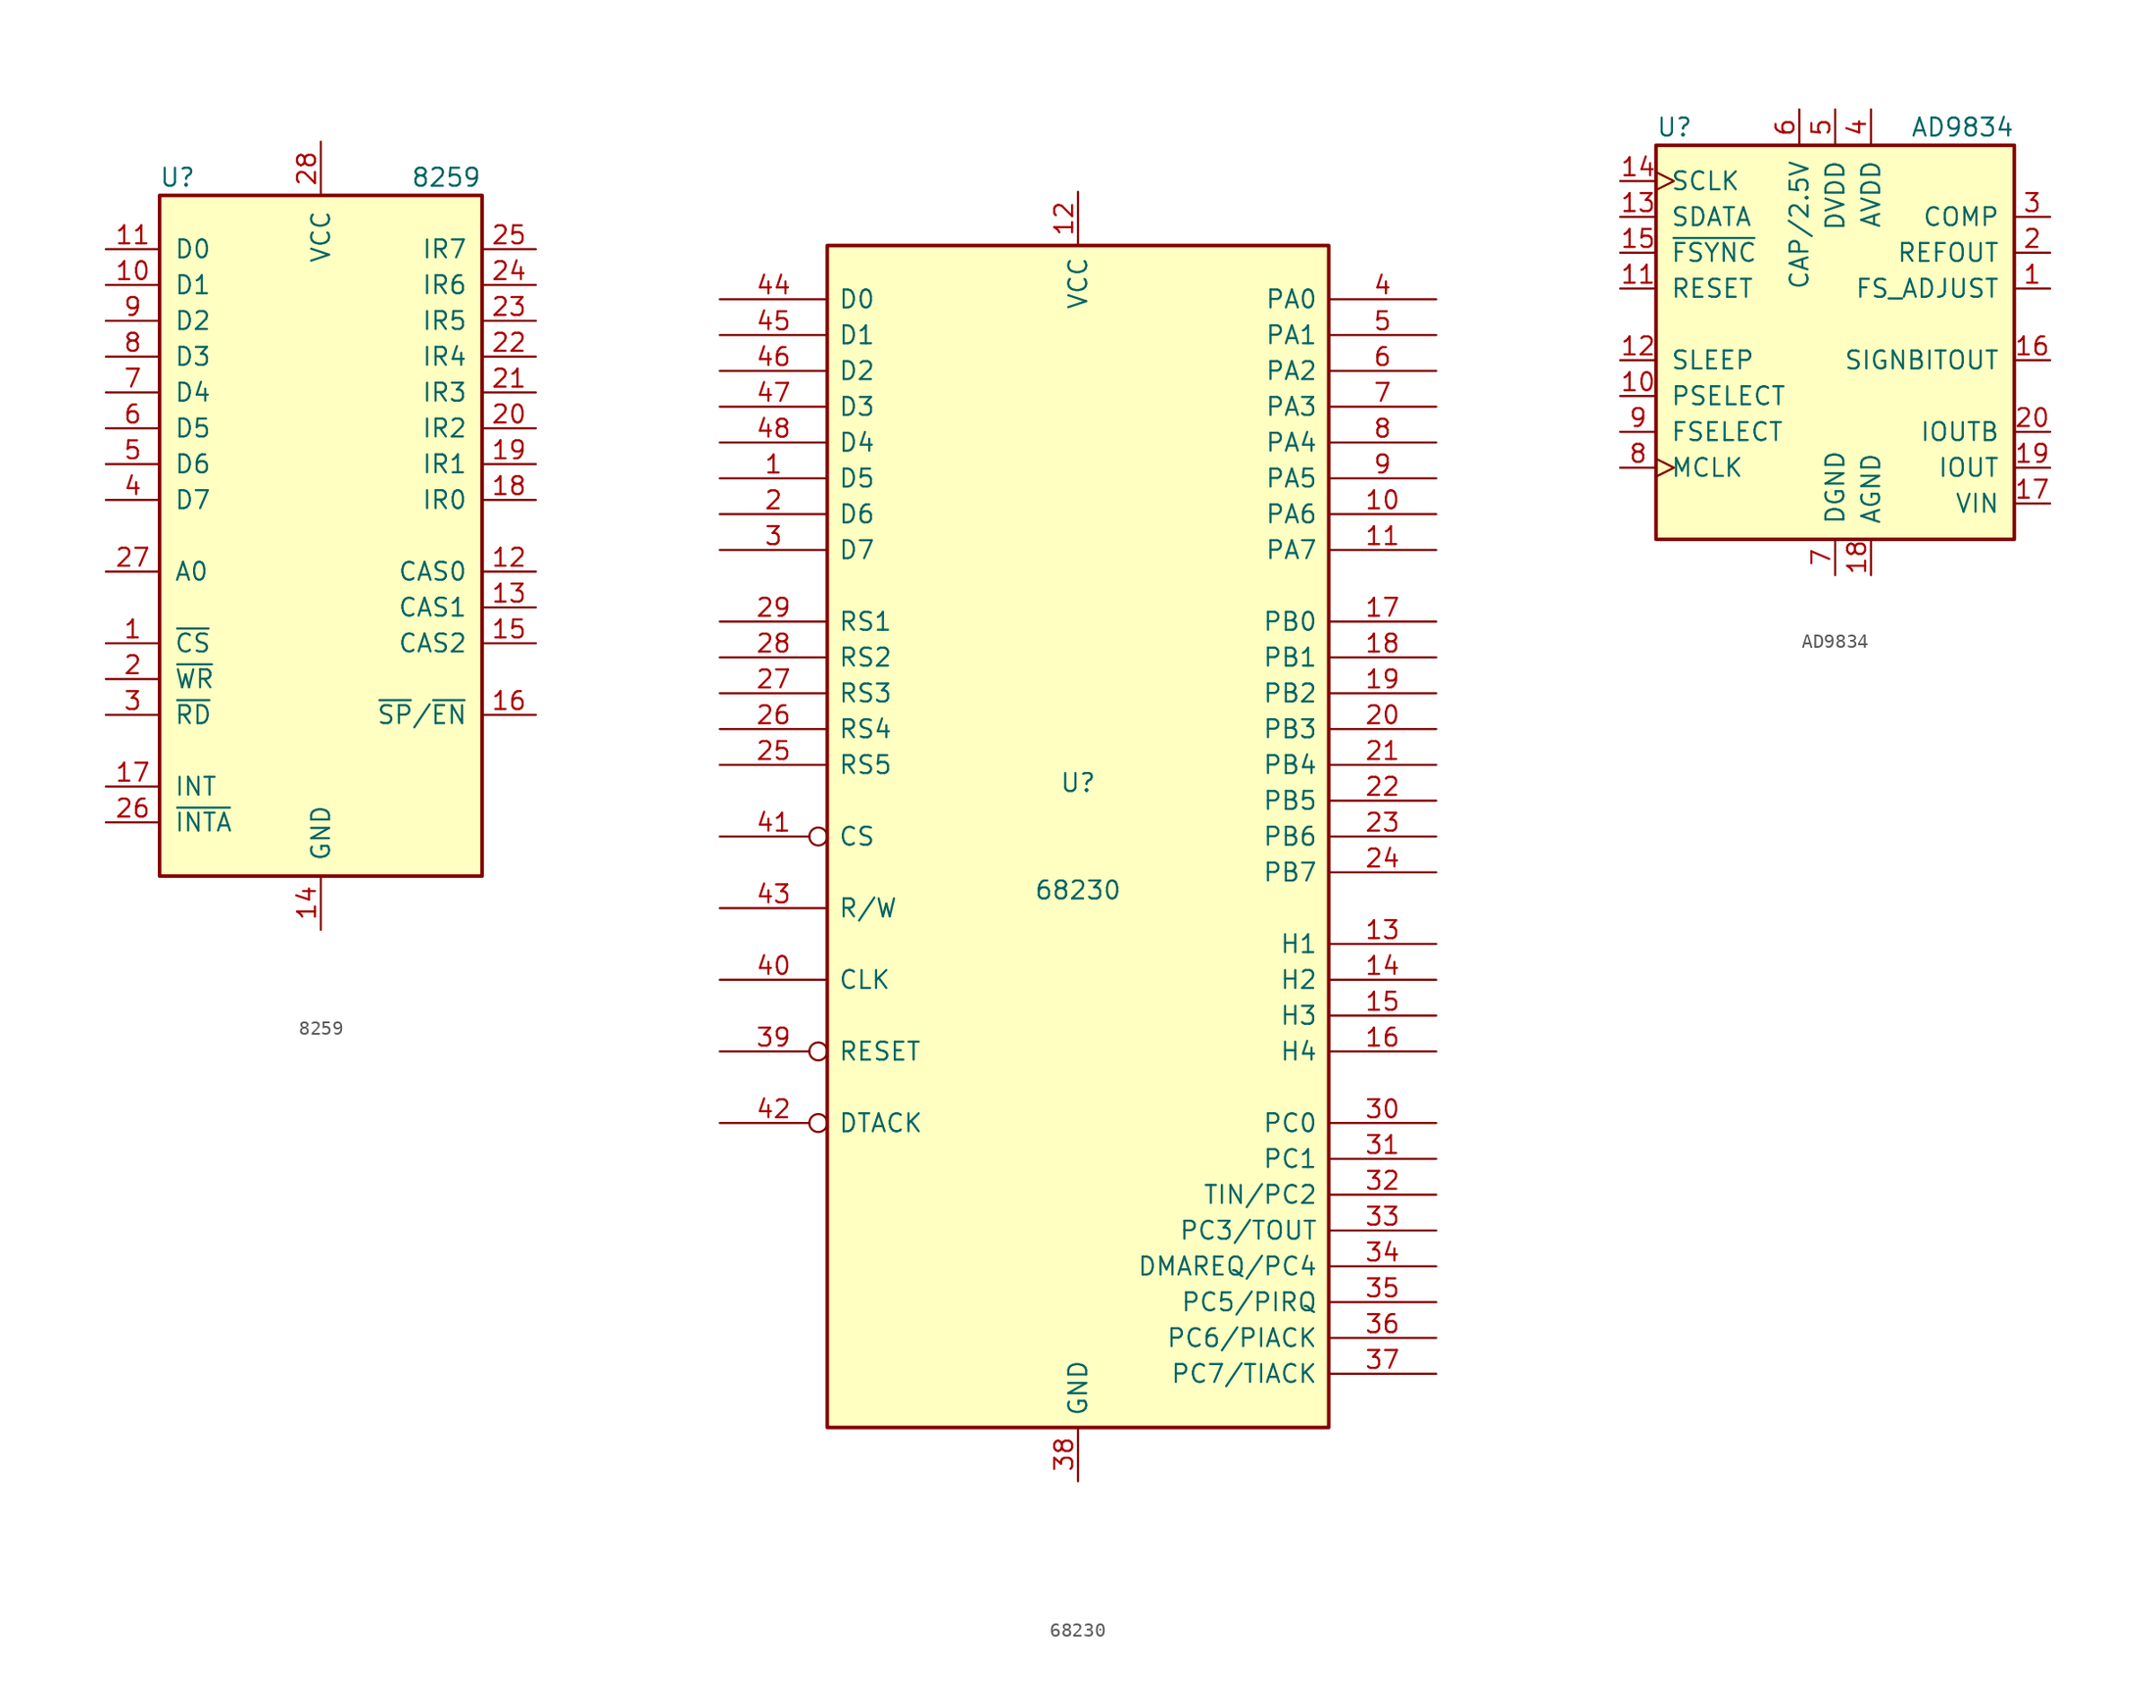
<source format=kicad_sym>
(kicad_symbol_lib
  (version 20241209)
  (generator "kicad_symbol_editor")
  (generator_version "9.0")
  (symbol "8259"
    (pin_names
      (offset 1.016))
    (property "Reference" "U"
      (at -10.16 25.4 0)
      (effects (font (size 1.27 1.27))))
    (property "Value" "8259"
      (at 8.89 25.4 0)
      (effects (font (size 1.27 1.27))))
    (symbol "8259_0_1"
      (rectangle (start -11.43 24.13) (end 11.43 -24.13) (stroke (width 0.254) (type default)) (fill (type background))))
    (symbol "8259_1_1"
      (pin bidirectional line (at -15.24 20.32 0) (length 3.81) (name "D0" (effects (font (size 1.27 1.27)))) (number "11" (effects (font (size 1.27 1.27)))))
      (pin bidirectional line (at -15.24 17.78 0) (length 3.81) (name "D1" (effects (font (size 1.27 1.27)))) (number "10" (effects (font (size 1.27 1.27)))))
      (pin bidirectional line (at -15.24 15.24 0) (length 3.81) (name "D2" (effects (font (size 1.27 1.27)))) (number "9" (effects (font (size 1.27 1.27)))))
      (pin bidirectional line (at -15.24 12.7 0) (length 3.81) (name "D3" (effects (font (size 1.27 1.27)))) (number "8" (effects (font (size 1.27 1.27)))))
      (pin bidirectional line (at -15.24 10.16 0) (length 3.81) (name "D4" (effects (font (size 1.27 1.27)))) (number "7" (effects (font (size 1.27 1.27)))))
      (pin bidirectional line (at -15.24 7.62 0) (length 3.81) (name "D5" (effects (font (size 1.27 1.27)))) (number "6" (effects (font (size 1.27 1.27)))))
      (pin bidirectional line (at -15.24 5.08 0) (length 3.81) (name "D6" (effects (font (size 1.27 1.27)))) (number "5" (effects (font (size 1.27 1.27)))))
      (pin bidirectional line (at -15.24 2.54 0) (length 3.81) (name "D7" (effects (font (size 1.27 1.27)))) (number "4" (effects (font (size 1.27 1.27)))))
      (pin input line (at -15.24 -2.54 0) (length 3.81) (name "A0" (effects (font (size 1.27 1.27)))) (number "27" (effects (font (size 1.27 1.27)))))
      (pin input line (at -15.24 -7.62 0) (length 3.81) (name "~{CS}" (effects (font (size 1.27 1.27)))) (number "1" (effects (font (size 1.27 1.27)))))
      (pin input line (at -15.24 -10.16 0) (length 3.81) (name "~{WR}" (effects (font (size 1.27 1.27)))) (number "2" (effects (font (size 1.27 1.27)))))
      (pin input line (at -15.24 -12.7 0) (length 3.81) (name "~{RD}" (effects (font (size 1.27 1.27)))) (number "3" (effects (font (size 1.27 1.27)))))
      (pin output line (at -15.24 -17.78 0) (length 3.81) (name "INT" (effects (font (size 1.27 1.27)))) (number "17" (effects (font (size 1.27 1.27)))))
      (pin input line (at -15.24 -20.32 0) (length 3.81) (name "~{INTA}" (effects (font (size 1.27 1.27)))) (number "26" (effects (font (size 1.27 1.27)))))
      (pin power_in line (at 0 27.94 270) (length 3.81) (name "VCC" (effects (font (size 1.27 1.27)))) (number "28" (effects (font (size 1.27 1.27)))))
      (pin power_in line (at 0 -27.94 90) (length 3.81) (name "GND" (effects (font (size 1.27 1.27)))) (number "14" (effects (font (size 1.27 1.27)))))
      (pin input line (at 15.24 20.32 180) (length 3.81) (name "IR7" (effects (font (size 1.27 1.27)))) (number "25" (effects (font (size 1.27 1.27)))))
      (pin input line (at 15.24 17.78 180) (length 3.81) (name "IR6" (effects (font (size 1.27 1.27)))) (number "24" (effects (font (size 1.27 1.27)))))
      (pin input line (at 15.24 15.24 180) (length 3.81) (name "IR5" (effects (font (size 1.27 1.27)))) (number "23" (effects (font (size 1.27 1.27)))))
      (pin input line (at 15.24 12.7 180) (length 3.81) (name "IR4" (effects (font (size 1.27 1.27)))) (number "22" (effects (font (size 1.27 1.27)))))
      (pin input line (at 15.24 10.16 180) (length 3.81) (name "IR3" (effects (font (size 1.27 1.27)))) (number "21" (effects (font (size 1.27 1.27)))))
      (pin input line (at 15.24 7.62 180) (length 3.81) (name "IR2" (effects (font (size 1.27 1.27)))) (number "20" (effects (font (size 1.27 1.27)))))
      (pin input line (at 15.24 5.08 180) (length 3.81) (name "IR1" (effects (font (size 1.27 1.27)))) (number "19" (effects (font (size 1.27 1.27)))))
      (pin input line (at 15.24 2.54 180) (length 3.81) (name "IR0" (effects (font (size 1.27 1.27)))) (number "18" (effects (font (size 1.27 1.27)))))
      (pin input line (at 15.24 -2.54 180) (length 3.81) (name "CAS0" (effects (font (size 1.27 1.27)))) (number "12" (effects (font (size 1.27 1.27)))))
      (pin output line (at 15.24 -5.08 180) (length 3.81) (name "CAS1" (effects (font (size 1.27 1.27)))) (number "13" (effects (font (size 1.27 1.27)))))
      (pin output line (at 15.24 -7.62 180) (length 3.81) (name "CAS2" (effects (font (size 1.27 1.27)))) (number "15" (effects (font (size 1.27 1.27)))))
      (pin bidirectional line (at 15.24 -12.7 180) (length 3.81) (name "~{SP}/~{EN}" (effects (font (size 1.27 1.27)))) (number "16" (effects (font (size 1.27 1.27)))))))
  (symbol "68230"
    (pin_names
      (offset 0.762))
    (property "Reference" "U"
      (at 0 3.81 0)
      (effects (font (size 1.27 1.27))))
    (property "Value" "68230"
      (at 0 -3.81 0)
      (effects (font (size 1.27 1.27))))
    (symbol "68230_0_1"
      (rectangle (start -17.78 41.91) (end 17.78 -41.91) (stroke (width 0.254) (type default)) (fill (type background))))
    (symbol "68230_1_1"
      (pin tri_state line (at -25.4 38.1 0) (length 7.62) (name "D0" (effects (font (size 1.27 1.27)))) (number "44" (effects (font (size 1.27 1.27)))))
      (pin tri_state line (at -25.4 35.56 0) (length 7.62) (name "D1" (effects (font (size 1.27 1.27)))) (number "45" (effects (font (size 1.27 1.27)))))
      (pin tri_state line (at -25.4 33.02 0) (length 7.62) (name "D2" (effects (font (size 1.27 1.27)))) (number "46" (effects (font (size 1.27 1.27)))))
      (pin tri_state line (at -25.4 30.48 0) (length 7.62) (name "D3" (effects (font (size 1.27 1.27)))) (number "47" (effects (font (size 1.27 1.27)))))
      (pin tri_state line (at -25.4 27.94 0) (length 7.62) (name "D4" (effects (font (size 1.27 1.27)))) (number "48" (effects (font (size 1.27 1.27)))))
      (pin tri_state line (at -25.4 25.4 0) (length 7.62) (name "D5" (effects (font (size 1.27 1.27)))) (number "1" (effects (font (size 1.27 1.27)))))
      (pin tri_state line (at -25.4 22.86 0) (length 7.62) (name "D6" (effects (font (size 1.27 1.27)))) (number "2" (effects (font (size 1.27 1.27)))))
      (pin tri_state line (at -25.4 20.32 0) (length 7.62) (name "D7" (effects (font (size 1.27 1.27)))) (number "3" (effects (font (size 1.27 1.27)))))
      (pin input line (at -25.4 15.24 0) (length 7.62) (name "RS1" (effects (font (size 1.27 1.27)))) (number "29" (effects (font (size 1.27 1.27)))))
      (pin input line (at -25.4 12.7 0) (length 7.62) (name "RS2" (effects (font (size 1.27 1.27)))) (number "28" (effects (font (size 1.27 1.27)))))
      (pin input line (at -25.4 10.16 0) (length 7.62) (name "RS3" (effects (font (size 1.27 1.27)))) (number "27" (effects (font (size 1.27 1.27)))))
      (pin input line (at -25.4 7.62 0) (length 7.62) (name "RS4" (effects (font (size 1.27 1.27)))) (number "26" (effects (font (size 1.27 1.27)))))
      (pin input line (at -25.4 5.08 0) (length 7.62) (name "RS5" (effects (font (size 1.27 1.27)))) (number "25" (effects (font (size 1.27 1.27)))))
      (pin input inverted (at -25.4 0 0) (length 7.62) (name "CS" (effects (font (size 1.27 1.27)))) (number "41" (effects (font (size 1.27 1.27)))))
      (pin input line (at -25.4 -5.08 0) (length 7.62) (name "R/W" (effects (font (size 1.27 1.27)))) (number "43" (effects (font (size 1.27 1.27)))))
      (pin input line (at -25.4 -10.16 0) (length 7.62) (name "CLK" (effects (font (size 1.27 1.27)))) (number "40" (effects (font (size 1.27 1.27)))))
      (pin input inverted (at -25.4 -15.24 0) (length 7.62) (name "RESET" (effects (font (size 1.27 1.27)))) (number "39" (effects (font (size 1.27 1.27)))))
      (pin open_collector inverted (at -25.4 -20.32 0) (length 7.62) (name "DTACK" (effects (font (size 1.27 1.27)))) (number "42" (effects (font (size 1.27 1.27)))))
      (pin power_in line (at 0 45.72 270) (length 3.81) (name "VCC" (effects (font (size 1.27 1.27)))) (number "12" (effects (font (size 1.27 1.27)))))
      (pin power_in line (at 0 -45.72 90) (length 3.81) (name "GND" (effects (font (size 1.27 1.27)))) (number "38" (effects (font (size 1.27 1.27)))))
      (pin bidirectional line (at 25.4 38.1 180) (length 7.62) (name "PA0" (effects (font (size 1.27 1.27)))) (number "4" (effects (font (size 1.27 1.27)))))
      (pin bidirectional line (at 25.4 35.56 180) (length 7.62) (name "PA1" (effects (font (size 1.27 1.27)))) (number "5" (effects (font (size 1.27 1.27)))))
      (pin bidirectional line (at 25.4 33.02 180) (length 7.62) (name "PA2" (effects (font (size 1.27 1.27)))) (number "6" (effects (font (size 1.27 1.27)))))
      (pin bidirectional line (at 25.4 30.48 180) (length 7.62) (name "PA3" (effects (font (size 1.27 1.27)))) (number "7" (effects (font (size 1.27 1.27)))))
      (pin bidirectional line (at 25.4 27.94 180) (length 7.62) (name "PA4" (effects (font (size 1.27 1.27)))) (number "8" (effects (font (size 1.27 1.27)))))
      (pin bidirectional line (at 25.4 25.4 180) (length 7.62) (name "PA5" (effects (font (size 1.27 1.27)))) (number "9" (effects (font (size 1.27 1.27)))))
      (pin bidirectional line (at 25.4 22.86 180) (length 7.62) (name "PA6" (effects (font (size 1.27 1.27)))) (number "10" (effects (font (size 1.27 1.27)))))
      (pin bidirectional line (at 25.4 20.32 180) (length 7.62) (name "PA7" (effects (font (size 1.27 1.27)))) (number "11" (effects (font (size 1.27 1.27)))))
      (pin bidirectional line (at 25.4 15.24 180) (length 7.62) (name "PB0" (effects (font (size 1.27 1.27)))) (number "17" (effects (font (size 1.27 1.27)))))
      (pin bidirectional line (at 25.4 12.7 180) (length 7.62) (name "PB1" (effects (font (size 1.27 1.27)))) (number "18" (effects (font (size 1.27 1.27)))))
      (pin bidirectional line (at 25.4 10.16 180) (length 7.62) (name "PB2" (effects (font (size 1.27 1.27)))) (number "19" (effects (font (size 1.27 1.27)))))
      (pin bidirectional line (at 25.4 7.62 180) (length 7.62) (name "PB3" (effects (font (size 1.27 1.27)))) (number "20" (effects (font (size 1.27 1.27)))))
      (pin bidirectional line (at 25.4 5.08 180) (length 7.62) (name "PB4" (effects (font (size 1.27 1.27)))) (number "21" (effects (font (size 1.27 1.27)))))
      (pin bidirectional line (at 25.4 2.54 180) (length 7.62) (name "PB5" (effects (font (size 1.27 1.27)))) (number "22" (effects (font (size 1.27 1.27)))))
      (pin bidirectional line (at 25.4 0 180) (length 7.62) (name "PB6" (effects (font (size 1.27 1.27)))) (number "23" (effects (font (size 1.27 1.27)))))
      (pin bidirectional line (at 25.4 -2.54 180) (length 7.62) (name "PB7" (effects (font (size 1.27 1.27)))) (number "24" (effects (font (size 1.27 1.27)))))
      (pin input line (at 25.4 -7.62 180) (length 7.62) (name "H1" (effects (font (size 1.27 1.27)))) (number "13" (effects (font (size 1.27 1.27)))))
      (pin bidirectional line (at 25.4 -10.16 180) (length 7.62) (name "H2" (effects (font (size 1.27 1.27)))) (number "14" (effects (font (size 1.27 1.27)))))
      (pin input line (at 25.4 -12.7 180) (length 7.62) (name "H3" (effects (font (size 1.27 1.27)))) (number "15" (effects (font (size 1.27 1.27)))))
      (pin bidirectional line (at 25.4 -15.24 180) (length 7.62) (name "H4" (effects (font (size 1.27 1.27)))) (number "16" (effects (font (size 1.27 1.27)))))
      (pin bidirectional line (at 25.4 -20.32 180) (length 7.62) (name "PC0" (effects (font (size 1.27 1.27)))) (number "30" (effects (font (size 1.27 1.27)))))
      (pin bidirectional line (at 25.4 -22.86 180) (length 7.62) (name "PC1" (effects (font (size 1.27 1.27)))) (number "31" (effects (font (size 1.27 1.27)))))
      (pin bidirectional line (at 25.4 -25.4 180) (length 7.62) (name "TIN/PC2" (effects (font (size 1.27 1.27)))) (number "32" (effects (font (size 1.27 1.27)))))
      (pin bidirectional line (at 25.4 -27.94 180) (length 7.62) (name "PC3/TOUT" (effects (font (size 1.27 1.27)))) (number "33" (effects (font (size 1.27 1.27)))))
      (pin bidirectional line (at 25.4 -30.48 180) (length 7.62) (name "DMAREQ/PC4" (effects (font (size 1.27 1.27)))) (number "34" (effects (font (size 1.27 1.27)))))
      (pin bidirectional line (at 25.4 -33.02 180) (length 7.62) (name "PC5/PIRQ" (effects (font (size 1.27 1.27)))) (number "35" (effects (font (size 1.27 1.27)))))
      (pin bidirectional line (at 25.4 -35.56 180) (length 7.62) (name "PC6/PIACK" (effects (font (size 1.27 1.27)))) (number "36" (effects (font (size 1.27 1.27)))))
      (pin bidirectional line (at 25.4 -38.1 180) (length 7.62) (name "PC7/TIACK" (effects (font (size 1.27 1.27)))) (number "37" (effects (font (size 1.27 1.27)))))))
  (symbol "AD9834"
    (pin_names
      (offset 1.016))
    (property "Reference" "U"
      (at -12.7 16.51 0)
      (effects (font (size 1.27 1.27)) (justify left)))
    (property "Value" "AD9834"
      (at 5.334 16.51 0)
      (effects (font (size 1.27 1.27)) (justify left)))
    (symbol "AD9834_0_1"
      (rectangle (start -12.7 15.24) (end 12.7 -12.7) (stroke (width 0.254) (type default)) (fill (type background))))
    (symbol "AD9834_1_1"
      (pin input clock (at -15.24 12.7 0) (length 2.54) (name "SCLK" (effects (font (size 1.27 1.27)))) (number "14" (effects (font (size 1.27 1.27)))))
      (pin input line (at -15.24 10.16 0) (length 2.54) (name "SDATA" (effects (font (size 1.27 1.27)))) (number "13" (effects (font (size 1.27 1.27)))))
      (pin input line (at -15.24 7.62 0) (length 2.54) (name "~{FSYNC}" (effects (font (size 1.27 1.27)))) (number "15" (effects (font (size 1.27 1.27)))))
      (pin input line (at -15.24 5.08 0) (length 2.54) (name "RESET" (effects (font (size 1.27 1.27)))) (number "11" (effects (font (size 1.27 1.27)))))
      (pin input line (at -15.24 0 0) (length 2.54) (name "SLEEP" (effects (font (size 1.27 1.27)))) (number "12" (effects (font (size 1.27 1.27)))))
      (pin input line (at -15.24 -2.54 0) (length 2.54) (name "PSELECT" (effects (font (size 1.27 1.27)))) (number "10" (effects (font (size 1.27 1.27)))))
      (pin input line (at -15.24 -5.08 0) (length 2.54) (name "FSELECT" (effects (font (size 1.27 1.27)))) (number "9" (effects (font (size 1.27 1.27)))))
      (pin input clock (at -15.24 -7.62 0) (length 2.54) (name "MCLK" (effects (font (size 1.27 1.27)))) (number "8" (effects (font (size 1.27 1.27)))))
      (pin passive line (at -2.54 17.78 270) (length 2.54) (name "CAP/2.5V" (effects (font (size 1.27 1.27)))) (number "6" (effects (font (size 1.27 1.27)))))
      (pin power_in line (at 0 17.78 270) (length 2.54) (name "DVDD" (effects (font (size 1.27 1.27)))) (number "5" (effects (font (size 1.27 1.27)))))
      (pin power_in line (at 0 -15.24 90) (length 2.54) (name "DGND" (effects (font (size 1.27 1.27)))) (number "7" (effects (font (size 1.27 1.27)))))
      (pin power_in line (at 2.54 17.78 270) (length 2.54) (name "AVDD" (effects (font (size 1.27 1.27)))) (number "4" (effects (font (size 1.27 1.27)))))
      (pin power_in line (at 2.54 -15.24 90) (length 2.54) (name "AGND" (effects (font (size 1.27 1.27)))) (number "18" (effects (font (size 1.27 1.27)))))
      (pin passive line (at 15.24 10.16 180) (length 2.54) (name "COMP" (effects (font (size 1.27 1.27)))) (number "3" (effects (font (size 1.27 1.27)))))
      (pin output line (at 15.24 7.62 180) (length 2.54) (name "REFOUT" (effects (font (size 1.27 1.27)))) (number "2" (effects (font (size 1.27 1.27)))))
      (pin passive line (at 15.24 5.08 180) (length 2.54) (name "FS_ADJUST" (effects (font (size 1.27 1.27)))) (number "1" (effects (font (size 1.27 1.27)))))
      (pin output line (at 15.24 0 180) (length 2.54) (name "SIGNBITOUT" (effects (font (size 1.27 1.27)))) (number "16" (effects (font (size 1.27 1.27)))))
      (pin output line (at 15.24 -5.08 180) (length 2.54) (name "IOUTB" (effects (font (size 1.27 1.27)))) (number "20" (effects (font (size 1.27 1.27)))))
      (pin output line (at 15.24 -7.62 180) (length 2.54) (name "IOUT" (effects (font (size 1.27 1.27)))) (number "19" (effects (font (size 1.27 1.27)))))
      (pin power_in line (at 15.24 -10.16 180) (length 2.54) (name "VIN" (effects (font (size 1.27 1.27)))) (number "17" (effects (font (size 1.27 1.27))))))))
</source>
